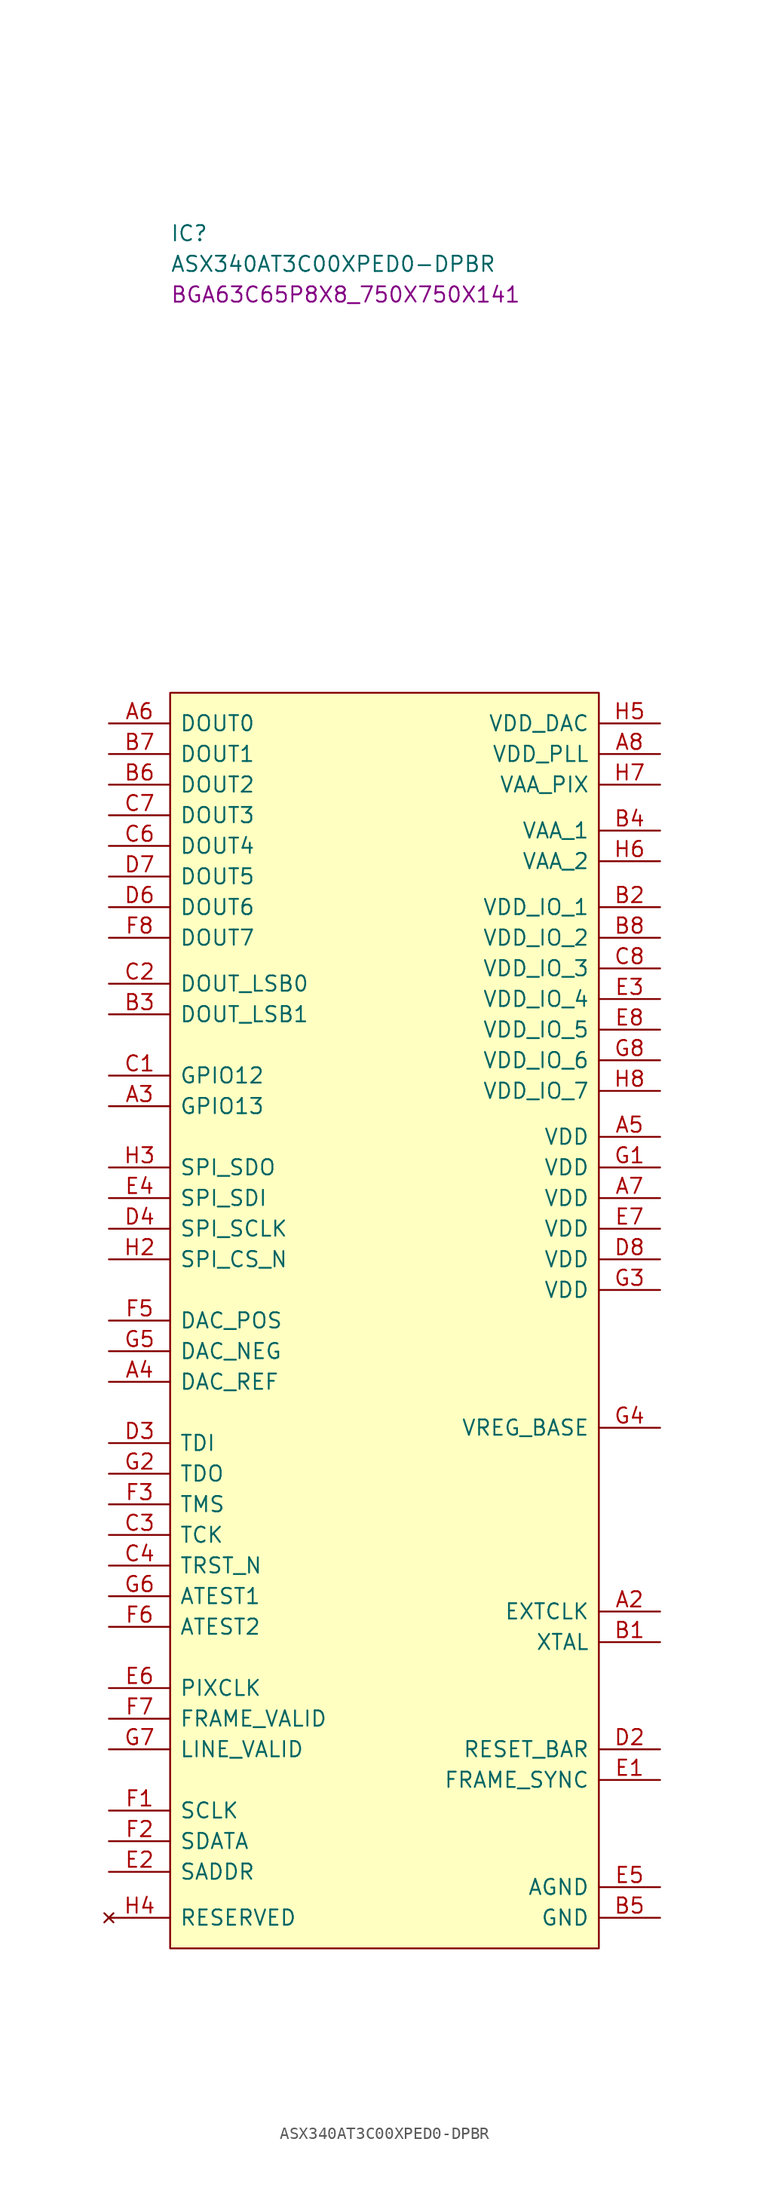
<source format=kicad_sym>
(kicad_symbol_lib
  (version 20220914)
  (generator kicad_symbol_editor)
  (symbol "ASX340AT3C00XPED0-DPBR"
    (pin_names
      (offset 0.762))
    (property "Reference" "IC"
      (at 5.08 40.64 0)
      (effects (font (size 1.27 1.27)) (justify left)))
    (property "Value" "ASX340AT3C00XPED0-DPBR"
      (at 5.08 38.1 0)
      (effects (font (size 1.27 1.27)) (justify left)))
    (property "Footprint" "BGA63C65P8X8_750X750X141"
      (at 5.08 35.56 0)
      (effects (font (size 1.27 1.27)) (justify left)))
    (symbol "ASX340AT3C00XPED0-DPBR_0_0"
      (pin passive line (at 45.72 -73.66 180) (length 5.08) (name "EXTCLK" (effects (font (size 1.27 1.27)))) (number "A2" (effects (font (size 1.27 1.27)))))
      (pin passive line (at 0 -31.75 0) (length 5.08) (name "GPIO13" (effects (font (size 1.27 1.27)))) (number "A3" (effects (font (size 1.27 1.27)))))
      (pin passive line (at 0 -54.61 0) (length 5.08) (name "DAC_REF" (effects (font (size 1.27 1.27)))) (number "A4" (effects (font (size 1.27 1.27)))))
      (pin passive line (at 0 0 0) (length 5.08) (name "DOUT0" (effects (font (size 1.27 1.27)))) (number "A6" (effects (font (size 1.27 1.27)))))
      (pin passive line (at 45.72 -2.54 180) (length 5.08) (name "VDD_PLL" (effects (font (size 1.27 1.27)))) (number "A8" (effects (font (size 1.27 1.27)))))
      (pin passive line (at 45.72 -76.2 180) (length 5.08) (name "XTAL" (effects (font (size 1.27 1.27)))) (number "B1" (effects (font (size 1.27 1.27)))))
      (pin passive line (at 0 -24.13 0) (length 5.08) (name "DOUT_LSB1" (effects (font (size 1.27 1.27)))) (number "B3" (effects (font (size 1.27 1.27)))))
      (pin passive line (at 45.72 -8.89 180) (length 5.08) (name "VAA_1" (effects (font (size 1.27 1.27)))) (number "B4" (effects (font (size 1.27 1.27)))))
      (pin passive line (at 0 -5.08 0) (length 5.08) (name "DOUT2" (effects (font (size 1.27 1.27)))) (number "B6" (effects (font (size 1.27 1.27)))))
      (pin passive line (at 0 -2.54 0) (length 5.08) (name "DOUT1" (effects (font (size 1.27 1.27)))) (number "B7" (effects (font (size 1.27 1.27)))))
      (pin passive line (at 0 -29.21 0) (length 5.08) (name "GPIO12" (effects (font (size 1.27 1.27)))) (number "C1" (effects (font (size 1.27 1.27)))))
      (pin passive line (at 0 -21.59 0) (length 5.08) (name "DOUT_LSB0" (effects (font (size 1.27 1.27)))) (number "C2" (effects (font (size 1.27 1.27)))))
      (pin passive line (at 0 -67.31 0) (length 5.08) (name "TCK" (effects (font (size 1.27 1.27)))) (number "C3" (effects (font (size 1.27 1.27)))))
      (pin passive line (at 0 -69.85 0) (length 5.08) (name "TRST_N" (effects (font (size 1.27 1.27)))) (number "C4" (effects (font (size 1.27 1.27)))))
      (pin passive line (at 0 -10.16 0) (length 5.08) (name "DOUT4" (effects (font (size 1.27 1.27)))) (number "C6" (effects (font (size 1.27 1.27)))))
      (pin passive line (at 0 -7.62 0) (length 5.08) (name "DOUT3" (effects (font (size 1.27 1.27)))) (number "C7" (effects (font (size 1.27 1.27)))))
      (pin passive line (at 45.72 -85.09 180) (length 5.08) (name "RESET_BAR" (effects (font (size 1.27 1.27)))) (number "D2" (effects (font (size 1.27 1.27)))))
      (pin passive line (at 0 -59.69 0) (length 5.08) (name "TDI" (effects (font (size 1.27 1.27)))) (number "D3" (effects (font (size 1.27 1.27)))))
      (pin passive line (at 0 -41.91 0) (length 5.08) (name "SPI_SCLK" (effects (font (size 1.27 1.27)))) (number "D4" (effects (font (size 1.27 1.27)))))
      (pin passive line (at 0 -15.24 0) (length 5.08) (name "DOUT6" (effects (font (size 1.27 1.27)))) (number "D6" (effects (font (size 1.27 1.27)))))
      (pin passive line (at 0 -12.7 0) (length 5.08) (name "DOUT5" (effects (font (size 1.27 1.27)))) (number "D7" (effects (font (size 1.27 1.27)))))
      (pin passive line (at 45.72 -87.63 180) (length 5.08) (name "FRAME_SYNC" (effects (font (size 1.27 1.27)))) (number "E1" (effects (font (size 1.27 1.27)))))
      (pin passive line (at 0 -95.25 0) (length 5.08) (name "SADDR" (effects (font (size 1.27 1.27)))) (number "E2" (effects (font (size 1.27 1.27)))))
      (pin passive line (at 0 -39.37 0) (length 5.08) (name "SPI_SDI" (effects (font (size 1.27 1.27)))) (number "E4" (effects (font (size 1.27 1.27)))))
      (pin passive line (at 0 -80.01 0) (length 5.08) (name "PIXCLK" (effects (font (size 1.27 1.27)))) (number "E6" (effects (font (size 1.27 1.27)))))
      (pin passive line (at 0 -90.17 0) (length 5.08) (name "SCLK" (effects (font (size 1.27 1.27)))) (number "F1" (effects (font (size 1.27 1.27)))))
      (pin passive line (at 0 -92.71 0) (length 5.08) (name "SDATA" (effects (font (size 1.27 1.27)))) (number "F2" (effects (font (size 1.27 1.27)))))
      (pin passive line (at 0 -64.77 0) (length 5.08) (name "TMS" (effects (font (size 1.27 1.27)))) (number "F3" (effects (font (size 1.27 1.27)))))
      (pin passive line (at 0 -49.53 0) (length 5.08) (name "DAC_POS" (effects (font (size 1.27 1.27)))) (number "F5" (effects (font (size 1.27 1.27)))))
      (pin passive line (at 0 -74.93 0) (length 5.08) (name "ATEST2" (effects (font (size 1.27 1.27)))) (number "F6" (effects (font (size 1.27 1.27)))))
      (pin passive line (at 0 -82.55 0) (length 5.08) (name "FRAME_VALID" (effects (font (size 1.27 1.27)))) (number "F7" (effects (font (size 1.27 1.27)))))
      (pin passive line (at 0 -17.78 0) (length 5.08) (name "DOUT7" (effects (font (size 1.27 1.27)))) (number "F8" (effects (font (size 1.27 1.27)))))
      (pin passive line (at 0 -62.23 0) (length 5.08) (name "TDO" (effects (font (size 1.27 1.27)))) (number "G2" (effects (font (size 1.27 1.27)))))
      (pin passive line (at 45.72 -58.42 180) (length 5.08) (name "VREG_BASE" (effects (font (size 1.27 1.27)))) (number "G4" (effects (font (size 1.27 1.27)))))
      (pin passive line (at 0 -52.07 0) (length 5.08) (name "DAC_NEG" (effects (font (size 1.27 1.27)))) (number "G5" (effects (font (size 1.27 1.27)))))
      (pin passive line (at 0 -72.39 0) (length 5.08) (name "ATEST1" (effects (font (size 1.27 1.27)))) (number "G6" (effects (font (size 1.27 1.27)))))
      (pin passive line (at 0 -85.09 0) (length 5.08) (name "LINE_VALID" (effects (font (size 1.27 1.27)))) (number "G7" (effects (font (size 1.27 1.27)))))
      (pin passive line (at 0 -44.45 0) (length 5.08) (name "SPI_CS_N" (effects (font (size 1.27 1.27)))) (number "H2" (effects (font (size 1.27 1.27)))))
      (pin passive line (at 0 -36.83 0) (length 5.08) (name "SPI_SDO" (effects (font (size 1.27 1.27)))) (number "H3" (effects (font (size 1.27 1.27)))))
      (pin passive line (at 45.72 0 180) (length 5.08) (name "VDD_DAC" (effects (font (size 1.27 1.27)))) (number "H5" (effects (font (size 1.27 1.27)))))
      (pin passive line (at 45.72 -11.43 180) (length 5.08) (name "VAA_2" (effects (font (size 1.27 1.27)))) (number "H6" (effects (font (size 1.27 1.27)))))
      (pin passive line (at 45.72 -5.08 180) (length 5.08) (name "VAA_PIX" (effects (font (size 1.27 1.27)))) (number "H7" (effects (font (size 1.27 1.27))))))
    (symbol "ASX340AT3C00XPED0-DPBR_1_0"
      (pin power_in line (at 45.72 -34.29 180) (length 5.08) (name "VDD" (effects (font (size 1.27 1.27)))) (number "A5" (effects (font (size 1.27 1.27)))))
      (pin power_in line (at 45.72 -39.37 180) (length 5.08) (name "VDD" (effects (font (size 1.27 1.27)))) (number "A7" (effects (font (size 1.27 1.27)))))
      (pin power_in line (at 45.72 -15.24 180) (length 5.08) (name "VDD_IO_1" (effects (font (size 1.27 1.27)))) (number "B2" (effects (font (size 1.27 1.27)))))
      (pin power_in line (at 45.72 -99.06 180) (length 5.08) (name "GND" (effects (font (size 1.27 1.27)))) (number "B5" (effects (font (size 1.27 1.27)))))
      (pin power_in line (at 45.72 -17.78 180) (length 5.08) (name "VDD_IO_2" (effects (font (size 1.27 1.27)))) (number "B8" (effects (font (size 1.27 1.27)))))
      (pin passive line (at 45.72 -99.06 180) (length 5.08) hide (name "GND" (effects (font (size 1.27 1.27)))) (number "C5" (effects (font (size 1.27 1.27)))))
      (pin power_in line (at 45.72 -20.32 180) (length 5.08) (name "VDD_IO_3" (effects (font (size 1.27 1.27)))) (number "C8" (effects (font (size 1.27 1.27)))))
      (pin passive line (at 45.72 -99.06 180) (length 5.08) hide (name "GND" (effects (font (size 1.27 1.27)))) (number "D1" (effects (font (size 1.27 1.27)))))
      (pin passive line (at 45.72 -99.06 180) (length 5.08) hide (name "GND" (effects (font (size 1.27 1.27)))) (number "D5" (effects (font (size 1.27 1.27)))))
      (pin power_in line (at 45.72 -44.45 180) (length 5.08) (name "VDD" (effects (font (size 1.27 1.27)))) (number "D8" (effects (font (size 1.27 1.27)))))
      (pin power_in line (at 45.72 -22.86 180) (length 5.08) (name "VDD_IO_4" (effects (font (size 1.27 1.27)))) (number "E3" (effects (font (size 1.27 1.27)))))
      (pin power_in line (at 45.72 -96.52 180) (length 5.08) (name "AGND" (effects (font (size 1.27 1.27)))) (number "E5" (effects (font (size 1.27 1.27)))))
      (pin power_in line (at 45.72 -41.91 180) (length 5.08) (name "VDD" (effects (font (size 1.27 1.27)))) (number "E7" (effects (font (size 1.27 1.27)))))
      (pin power_in line (at 45.72 -25.4 180) (length 5.08) (name "VDD_IO_5" (effects (font (size 1.27 1.27)))) (number "E8" (effects (font (size 1.27 1.27)))))
      (pin passive line (at 45.72 -96.52 180) (length 5.08) hide (name "AGND" (effects (font (size 1.27 1.27)))) (number "F4" (effects (font (size 1.27 1.27)))))
      (pin power_in line (at 45.72 -36.83 180) (length 5.08) (name "VDD" (effects (font (size 1.27 1.27)))) (number "G1" (effects (font (size 1.27 1.27)))))
      (pin power_in line (at 45.72 -46.99 180) (length 5.08) (name "VDD" (effects (font (size 1.27 1.27)))) (number "G3" (effects (font (size 1.27 1.27)))))
      (pin power_in line (at 45.72 -27.94 180) (length 5.08) (name "VDD_IO_6" (effects (font (size 1.27 1.27)))) (number "G8" (effects (font (size 1.27 1.27)))))
      (pin passive line (at 45.72 -99.06 180) (length 5.08) hide (name "GND" (effects (font (size 1.27 1.27)))) (number "H1" (effects (font (size 1.27 1.27)))))
      (pin no_connect line (at 0 -99.06 0) (length 5.08) (name "RESERVED" (effects (font (size 1.27 1.27)))) (number "H4" (effects (font (size 1.27 1.27)))))
      (pin power_in line (at 45.72 -30.48 180) (length 5.08) (name "VDD_IO_7" (effects (font (size 1.27 1.27)))) (number "H8" (effects (font (size 1.27 1.27))))))
    (symbol "ASX340AT3C00XPED0-DPBR_1_1"
      (polyline (pts (xy 5.08 2.54) (xy 40.64 2.54) (xy 40.64 -101.6) (xy 5.08 -101.6) (xy 5.08 2.54)) (stroke (width 0.152) (type solid)) (fill (type background))))))
</source>
